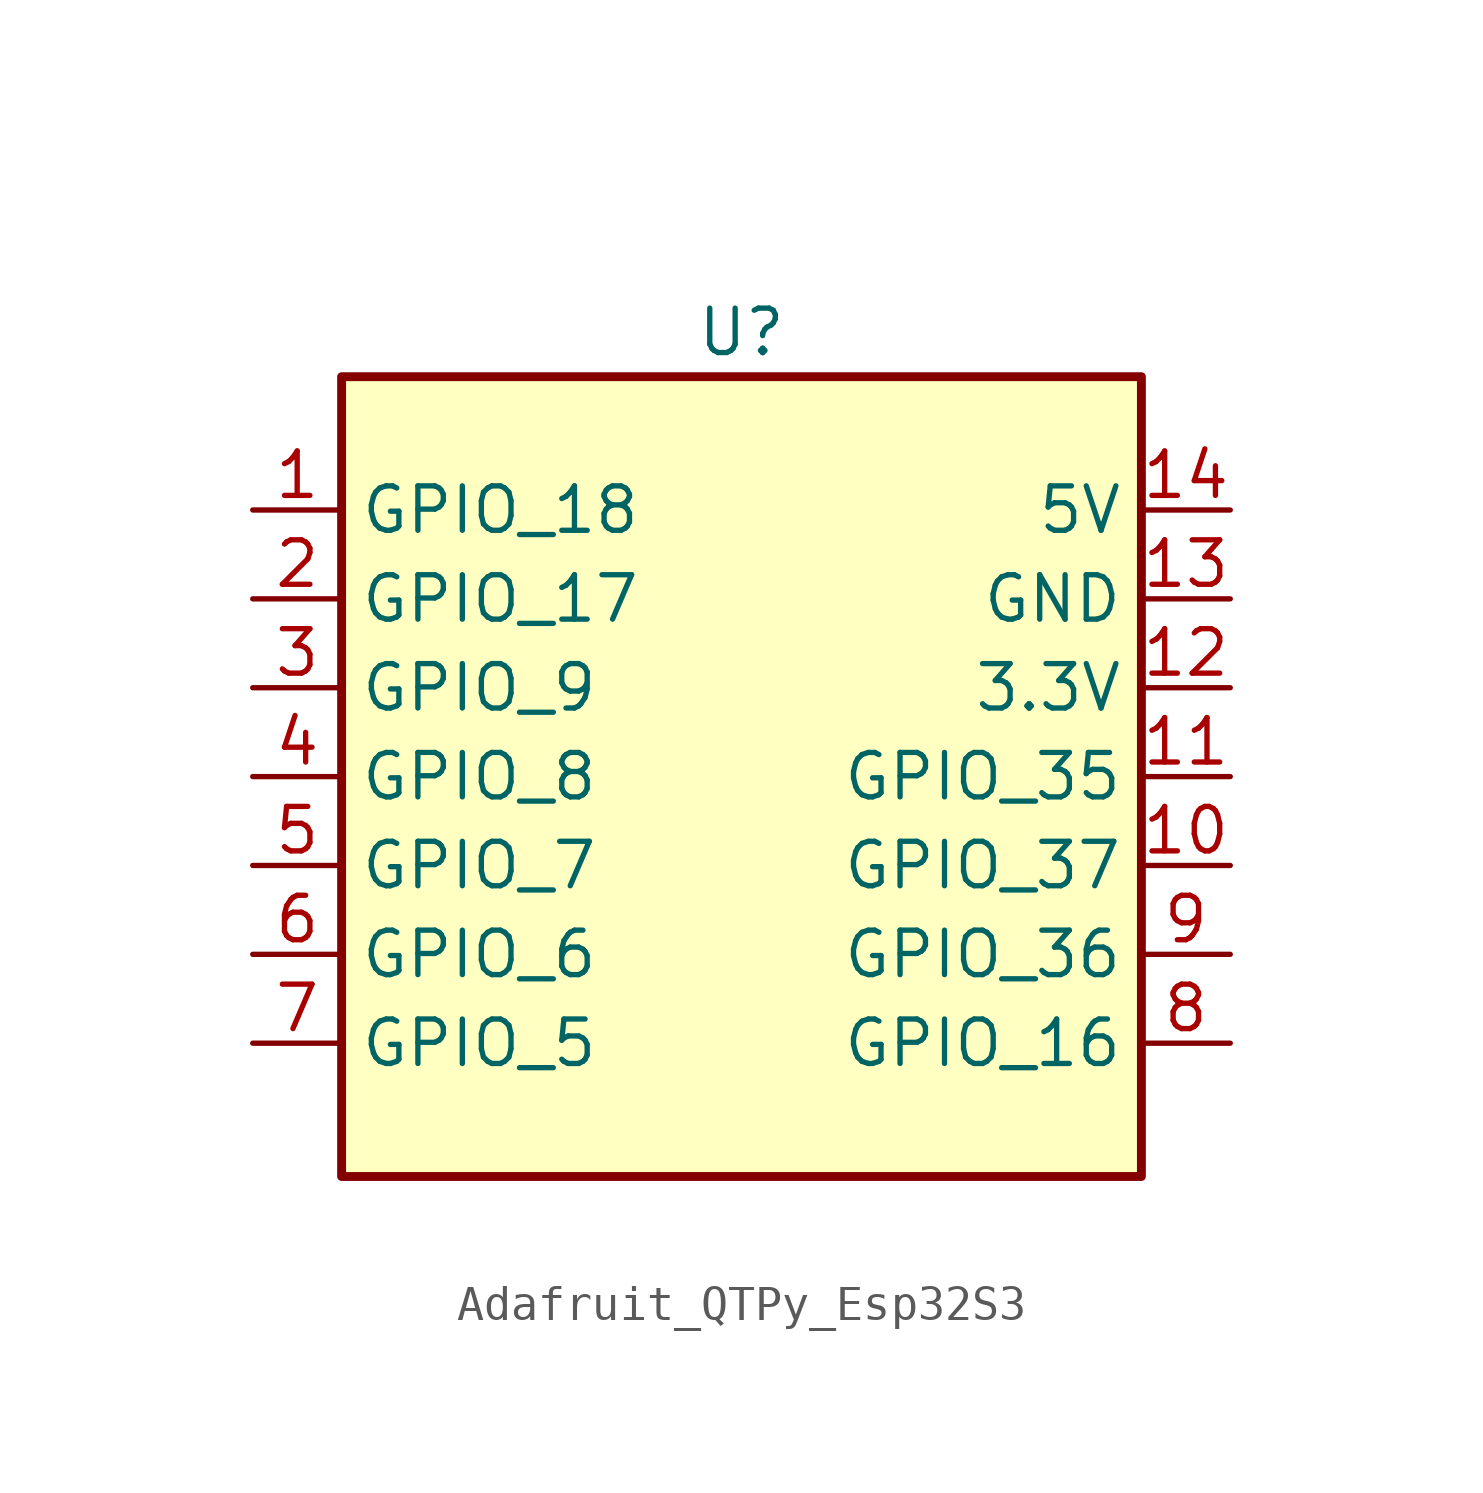
<source format=kicad_sym>
(kicad_symbol_lib
  (version 20231120)
  (generator "kicad_symbol_editor")
  (generator_version "8.0")
  (symbol "Adafruit_QTPy_Esp32S3"
    (property "Reference" "U"
      (at 0 12.7 0)
      (effects (font (size 1.27 1.27))))
    (property "Value" ""
      (at 1.27 15.24 0)
      (effects (font (size 1.27 1.27))))
    (symbol "Adafruit_QTPy_Esp32S3_0_1"
      (rectangle (start -11.43 11.43) (end 11.43 -11.43) (stroke (width 0.254) (type default)) (fill (type background))))
    (symbol "Adafruit_QTPy_Esp32S3_1_1"
      (pin bidirectional line (at -13.97 7.62 0) (length 2.54) (name "GPIO_18" (effects (font (size 1.27 1.27)))) (number "1" (effects (font (size 1.27 1.27)))))
      (pin bidirectional line (at 13.97 -2.54 180) (length 2.54) (name "GPIO_37" (effects (font (size 1.27 1.27)))) (number "10" (effects (font (size 1.27 1.27)))))
      (pin bidirectional line (at 13.97 0 180) (length 2.54) (name "GPIO_35" (effects (font (size 1.27 1.27)))) (number "11" (effects (font (size 1.27 1.27)))))
      (pin power_in line (at 13.97 2.54 180) (length 2.54) (name "3.3V" (effects (font (size 1.27 1.27)))) (number "12" (effects (font (size 1.27 1.27)))))
      (pin power_in line (at 13.97 5.08 180) (length 2.54) (name "GND" (effects (font (size 1.27 1.27)))) (number "13" (effects (font (size 1.27 1.27)))))
      (pin power_in line (at 13.97 7.62 180) (length 2.54) (name "5V" (effects (font (size 1.27 1.27)))) (number "14" (effects (font (size 1.27 1.27)))))
      (pin bidirectional line (at -13.97 5.08 0) (length 2.54) (name "GPIO_17" (effects (font (size 1.27 1.27)))) (number "2" (effects (font (size 1.27 1.27)))))
      (pin bidirectional line (at -13.97 2.54 0) (length 2.54) (name "GPIO_9" (effects (font (size 1.27 1.27)))) (number "3" (effects (font (size 1.27 1.27)))))
      (pin bidirectional line (at -13.97 0 0) (length 2.54) (name "GPIO_8" (effects (font (size 1.27 1.27)))) (number "4" (effects (font (size 1.27 1.27)))))
      (pin bidirectional line (at -13.97 -2.54 0) (length 2.54) (name "GPIO_7" (effects (font (size 1.27 1.27)))) (number "5" (effects (font (size 1.27 1.27)))))
      (pin bidirectional line (at -13.97 -5.08 0) (length 2.54) (name "GPIO_6" (effects (font (size 1.27 1.27)))) (number "6" (effects (font (size 1.27 1.27)))))
      (pin bidirectional line (at -13.97 -7.62 0) (length 2.54) (name "GPIO_5" (effects (font (size 1.27 1.27)))) (number "7" (effects (font (size 1.27 1.27)))))
      (pin bidirectional line (at 13.97 -7.62 180) (length 2.54) (name "GPIO_16" (effects (font (size 1.27 1.27)))) (number "8" (effects (font (size 1.27 1.27)))))
      (pin bidirectional line (at 13.97 -5.08 180) (length 2.54) (name "GPIO_36" (effects (font (size 1.27 1.27)))) (number "9" (effects (font (size 1.27 1.27))))))))
</source>
